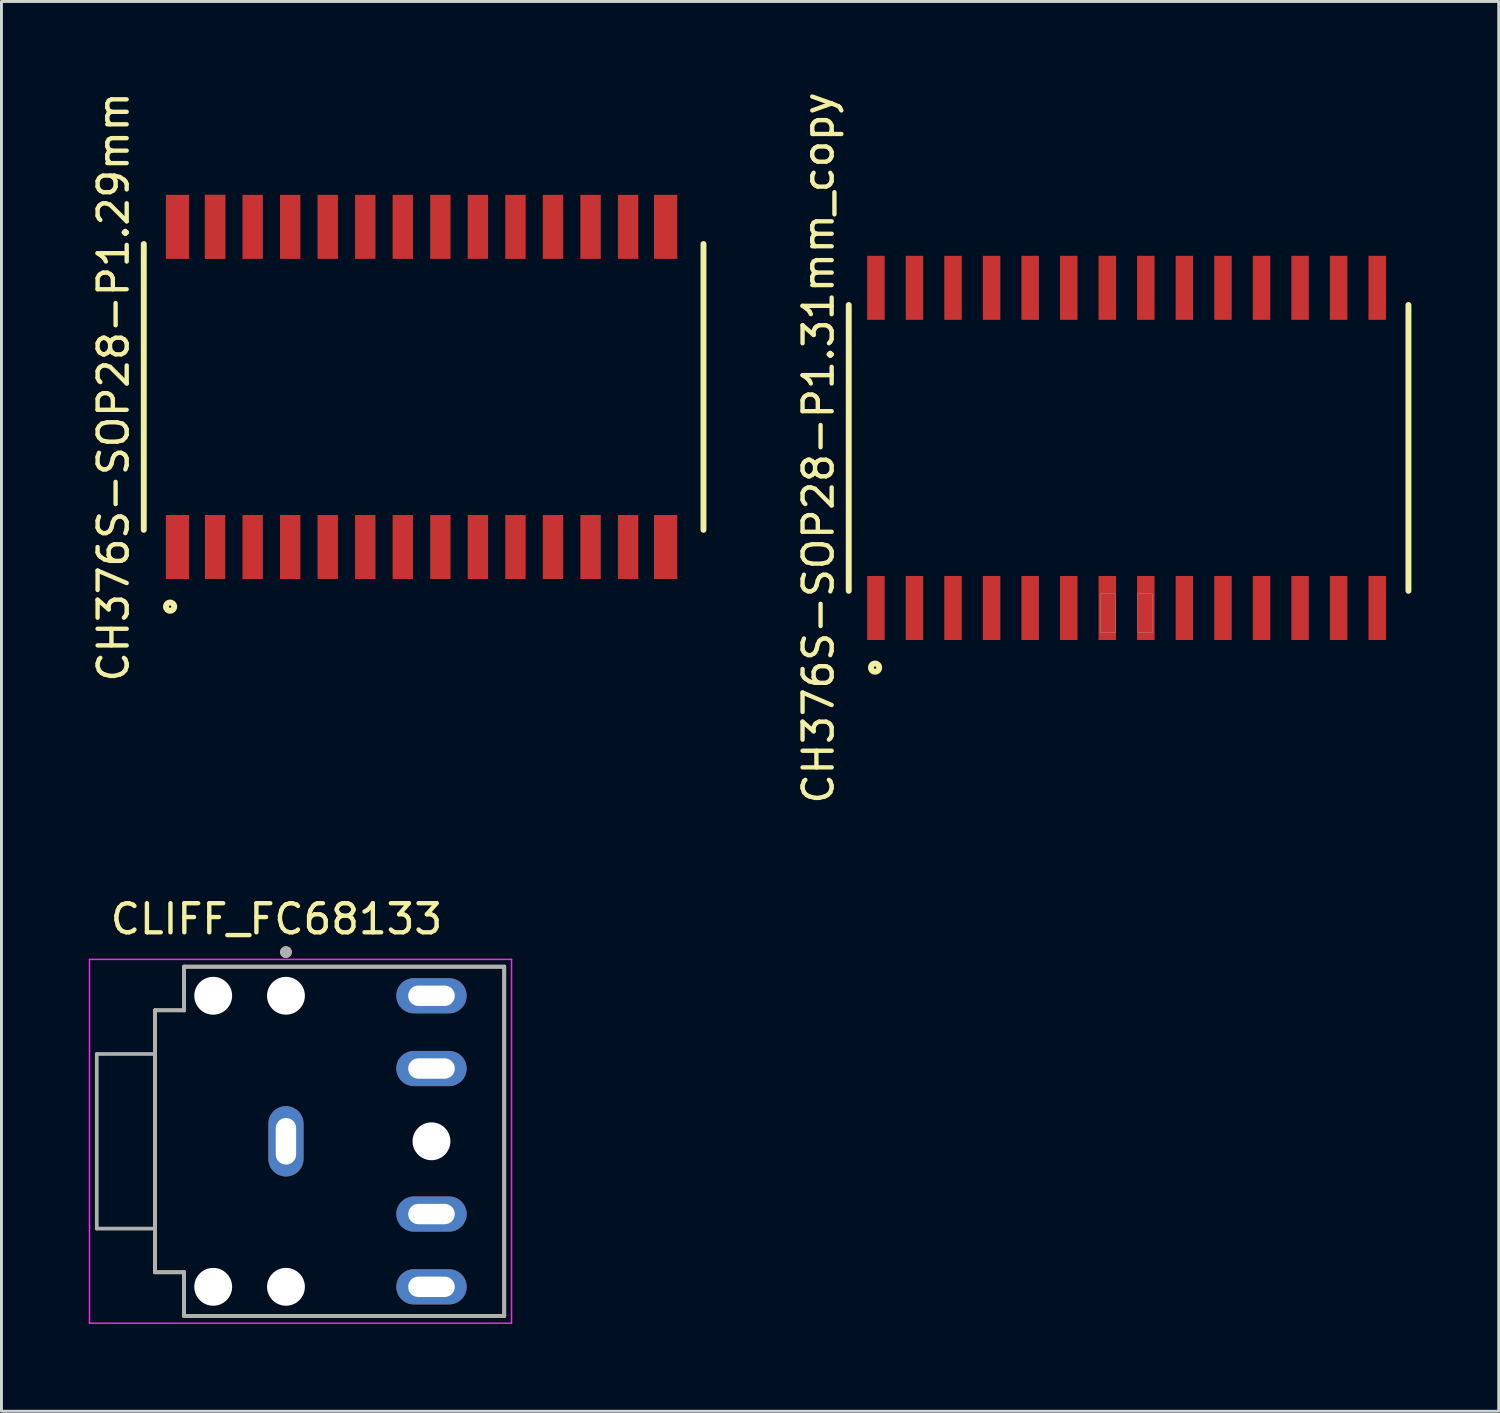
<source format=kicad_pcb>
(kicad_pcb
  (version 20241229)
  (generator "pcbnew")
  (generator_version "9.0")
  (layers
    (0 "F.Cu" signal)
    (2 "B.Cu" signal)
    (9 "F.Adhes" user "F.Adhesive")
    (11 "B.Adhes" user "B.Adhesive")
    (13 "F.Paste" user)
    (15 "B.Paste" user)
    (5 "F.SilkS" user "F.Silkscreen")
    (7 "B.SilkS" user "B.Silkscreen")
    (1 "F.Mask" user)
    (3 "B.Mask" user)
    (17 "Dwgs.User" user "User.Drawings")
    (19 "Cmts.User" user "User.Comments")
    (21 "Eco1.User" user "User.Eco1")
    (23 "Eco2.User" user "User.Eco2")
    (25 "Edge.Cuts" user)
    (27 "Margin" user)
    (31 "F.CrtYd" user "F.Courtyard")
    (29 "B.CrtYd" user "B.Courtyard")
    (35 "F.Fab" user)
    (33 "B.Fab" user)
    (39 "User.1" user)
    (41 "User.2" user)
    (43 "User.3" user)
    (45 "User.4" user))
  (footprint "CH376S-SOP28-P1.29mm"
    (layer "F.Cu")
    (at 11.435 10.244)
    (property "Reference" "CH376S-SOP28-P1.29mm" (at -10.587 0 270) (layer "F.SilkS") (effects (font (size 1 1) (thickness 0.15))))
    (attr smd)
    (fp_line (start -9.545 4.91) (end -9.545 -4.91) (stroke (width 0.203) (type solid)) (layer "F.SilkS"))
    (fp_line (start 9.685 -4.91) (end 9.685 4.91) (stroke (width 0.203) (type solid)) (layer "F.SilkS"))
    (fp_circle (center -8.641 7.549) (end -8.692 7.681) (stroke (width 0.203) (type solid)) (fill no) (layer "F.SilkS"))
    (pad "1" smd rect (at -8.385 5.5) (size 0.8 2.2) (layers "F.Cu" "F.Mask" "F.Paste"))
    (pad "2" smd rect (at -7.095 5.5) (size 0.7 2.2) (layers "F.Cu" "F.Mask" "F.Paste"))
    (pad "3" smd rect (at -5.805 5.5) (size 0.7 2.2) (layers "F.Cu" "F.Mask" "F.Paste"))
    (pad "4" smd rect (at -4.515 5.5) (size 0.7 2.2) (layers "F.Cu" "F.Mask" "F.Paste"))
    (pad "5" smd rect (at -3.225 5.5) (size 0.7 2.2) (layers "F.Cu" "F.Mask" "F.Paste"))
    (pad "6" smd rect (at -1.935 5.5) (size 0.7 2.2) (layers "F.Cu" "F.Mask" "F.Paste"))
    (pad "7" smd rect (at -0.645 5.5) (size 0.7 2.2) (layers "F.Cu" "F.Mask" "F.Paste"))
    (pad "8" smd rect (at 0.645 5.5) (size 0.7 2.2) (layers "F.Cu" "F.Mask" "F.Paste"))
    (pad "9" smd rect (at 1.935 5.5) (size 0.7 2.2) (layers "F.Cu" "F.Mask" "F.Paste"))
    (pad "10" smd rect (at 3.225 5.5) (size 0.7 2.2) (layers "F.Cu" "F.Mask" "F.Paste"))
    (pad "11" smd rect (at 4.515 5.5) (size 0.7 2.2) (layers "F.Cu" "F.Mask" "F.Paste"))
    (pad "12" smd rect (at 5.805 5.5) (size 0.7 2.2) (layers "F.Cu" "F.Mask" "F.Paste"))
    (pad "13" smd rect (at 7.095 5.5) (size 0.7 2.2) (layers "F.Cu" "F.Mask" "F.Paste"))
    (pad "14" smd rect (at 8.385 5.5) (size 0.8 2.2) (layers "F.Cu" "F.Mask" "F.Paste"))
    (pad "15" smd rect (at 8.385 -5.5) (size 0.8 2.2) (layers "F.Cu" "F.Mask" "F.Paste"))
    (pad "16" smd rect (at 7.095 -5.5) (size 0.7 2.2) (layers "F.Cu" "F.Mask" "F.Paste"))
    (pad "17" smd rect (at 5.805 -5.5) (size 0.7 2.2) (layers "F.Cu" "F.Mask" "F.Paste"))
    (pad "18" smd rect (at 4.515 -5.5) (size 0.7 2.2) (layers "F.Cu" "F.Mask" "F.Paste"))
    (pad "19" smd rect (at 3.225 -5.5) (size 0.7 2.2) (layers "F.Cu" "F.Mask" "F.Paste"))
    (pad "20" smd rect (at 1.935 -5.5) (size 0.7 2.2) (layers "F.Cu" "F.Mask" "F.Paste"))
    (pad "21" smd rect (at 0.645 -5.5) (size 0.7 2.2) (layers "F.Cu" "F.Mask" "F.Paste"))
    (pad "22" smd rect (at -0.645 -5.5) (size 0.7 2.2) (layers "F.Cu" "F.Mask" "F.Paste"))
    (pad "23" smd rect (at -1.935 -5.5) (size 0.7 2.2) (layers "F.Cu" "F.Mask" "F.Paste"))
    (pad "24" smd rect (at -3.225 -5.5) (size 0.7 2.2) (layers "F.Cu" "F.Mask" "F.Paste"))
    (pad "25" smd rect (at -4.515 -5.5) (size 0.7 2.2) (layers "F.Cu" "F.Mask" "F.Paste"))
    (pad "26" smd rect (at -5.805 -5.5) (size 0.7 2.2) (layers "F.Cu" "F.Mask" "F.Paste"))
    (pad "27" smd rect (at -7.095 -5.5) (size 0.7 2.2) (layers "F.Cu" "F.Mask" "F.Paste"))
    (pad "27" smd rect (at -7.095 -5.5) (size 0.7 2.2) (layers "F.Cu" "F.Mask" "F.Paste"))
    (pad "28" smd rect (at -8.385 -5.5) (size 0.8 2.2) (layers "F.Cu" "F.Mask" "F.Paste")))
  (footprint "CLIFF_FC68133"
    (layer "F.Cu")
    (at 6.775 36.162)
    (property "Reference" "CLIFF_FC68133" (at -0.325 -7.635 0) (layer "F.SilkS") (effects (font (size 1 1) (thickness 0.15))))
    (attr through_hole)
    (fp_line (start -4.5 -4.5) (end -4.5 4.5) (stroke (width 0.127) (type solid)) (layer "F.SilkS"))
    (fp_line (start -4.5 4.5) (end -3.5 4.5) (stroke (width 0.127) (type solid)) (layer "F.SilkS"))
    (fp_line (start -3.5 -6) (end -3.5 -4.5) (stroke (width 0.127) (type solid)) (layer "F.SilkS"))
    (fp_line (start -3.5 -4.5) (end -4.5 -4.5) (stroke (width 0.127) (type solid)) (layer "F.SilkS"))
    (fp_line (start -3.5 4.5) (end -3.5 6) (stroke (width 0.127) (type solid)) (layer "F.SilkS"))
    (fp_line (start -3.5 6) (end 7.5 6) (stroke (width 0.127) (type solid)) (layer "F.SilkS"))
    (fp_line (start 7.5 -6) (end -3.5 -6) (stroke (width 0.127) (type solid)) (layer "F.SilkS"))
    (fp_line (start 7.5 -6) (end 7.5 6) (stroke (width 0.127) (type solid)) (layer "F.SilkS"))
    (fp_circle (center 0 -6.5) (end 0.1 -6.5) (stroke (width 0.2) (type solid)) (fill no) (layer "F.SilkS"))
    (fp_line (start -6.75 -6.25) (end 7.75 -6.25) (stroke (width 0.05) (type solid)) (layer "F.CrtYd"))
    (fp_line (start -6.75 6.25) (end -6.75 -6.25) (stroke (width 0.05) (type solid)) (layer "F.CrtYd"))
    (fp_line (start 7.75 -6.25) (end 7.75 6.25) (stroke (width 0.05) (type solid)) (layer "F.CrtYd"))
    (fp_line (start 7.75 6.25) (end -6.75 6.25) (stroke (width 0.05) (type solid)) (layer "F.CrtYd"))
    (fp_line (start -6.5 -3) (end -4.5 -3) (stroke (width 0.127) (type solid)) (layer "F.Fab"))
    (fp_line (start -6.5 3) (end -6.5 -3) (stroke (width 0.127) (type solid)) (layer "F.Fab"))
    (fp_line (start -4.5 -4.5) (end -3.5 -4.5) (stroke (width 0.127) (type solid)) (layer "F.Fab"))
    (fp_line (start -4.5 -3) (end -4.5 -4.5) (stroke (width 0.127) (type solid)) (layer "F.Fab"))
    (fp_line (start -4.5 3) (end -6.5 3) (stroke (width 0.127) (type solid)) (layer "F.Fab"))
    (fp_line (start -4.5 3) (end -4.5 -3) (stroke (width 0.127) (type solid)) (layer "F.Fab"))
    (fp_line (start -4.5 4.5) (end -4.5 3) (stroke (width 0.127) (type solid)) (layer "F.Fab"))
    (fp_line (start -3.5 -6) (end 7.5 -6) (stroke (width 0.127) (type solid)) (layer "F.Fab"))
    (fp_line (start -3.5 -4.5) (end -3.5 -6) (stroke (width 0.127) (type solid)) (layer "F.Fab"))
    (fp_line (start -3.5 4.5) (end -4.5 4.5) (stroke (width 0.127) (type solid)) (layer "F.Fab"))
    (fp_line (start -3.5 6) (end -3.5 4.5) (stroke (width 0.127) (type solid)) (layer "F.Fab"))
    (fp_line (start 7.5 -6) (end 7.5 6) (stroke (width 0.127) (type solid)) (layer "F.Fab"))
    (fp_line (start 7.5 6) (end -3.5 6) (stroke (width 0.127) (type solid)) (layer "F.Fab"))
    (fp_circle (center 0 -6.5) (end 0.1 -6.5) (stroke (width 0.2) (type solid)) (fill no) (layer "F.Fab"))
    (pad "" np_thru_hole circle (at -2.5 -5) (size 1.3 1.3) (drill 1.3) (layers "*.Cu" "*.Mask"))
    (pad "" np_thru_hole circle (at -2.5 5) (size 1.3 1.3) (drill 1.3) (layers "*.Cu" "*.Mask"))
    (pad "" np_thru_hole circle (at 0 -5) (size 1.3 1.3) (drill 1.3) (layers "*.Cu" "*.Mask"))
    (pad "" np_thru_hole circle (at 0 5) (size 1.3 1.3) (drill 1.3) (layers "*.Cu" "*.Mask"))
    (pad "" np_thru_hole circle (at 5 0) (size 1.3 1.3) (drill 1.3) (layers "*.Cu" "*.Mask"))
    (pad "1" thru_hole oval (at 0 0) (size 1.208 2.416) (drill oval 0.7 1.6) (layers "*.Cu" "*.Mask"))
    (pad "2" thru_hole oval (at 5 -5) (size 2.416 1.208) (drill oval 1.6 0.7) (layers "*.Cu" "*.Mask"))
    (pad "3" thru_hole oval (at 5 -2.5) (size 2.416 1.208) (drill oval 1.6 0.7) (layers "*.Cu" "*.Mask"))
    (pad "4" thru_hole oval (at 5 2.5) (size 2.416 1.208) (drill oval 1.6 0.7) (layers "*.Cu" "*.Mask"))
    (pad "5" thru_hole oval (at 5 5) (size 2.416 1.208) (drill oval 1.6 0.7) (layers "*.Cu" "*.Mask")))
  (footprint "CH376S-SOP28-P1.31mm_copy"
    (layer "F.Cu")
    (at 35.656 12.339)
    (property "Reference" "CH376S-SOP28-P1.31mm_copy" (at -10.587 0 270) (layer "F.SilkS") (effects (font (size 1 1) (thickness 0.15))))
    (attr smd)
    (fp_line (start -9.545 4.91) (end -9.545 -4.91) (stroke (width 0.203) (type solid)) (layer "F.SilkS"))
    (fp_line (start 9.685 -4.91) (end 9.685 4.91) (stroke (width 0.203) (type solid)) (layer "F.SilkS"))
    (fp_circle (center -8.641 7.549) (end -8.692 7.681) (stroke (width 0.203) (type solid)) (fill no) (layer "F.SilkS"))
    (fp_poly (pts (xy -0.885 5.01) (xy -0.385 5.01) (xy -0.385 6.34) (xy -0.885 6.34)) (stroke (width 0.01) (type solid)) (fill no) (layer "F.Fab"))
    (fp_poly (pts (xy 0.385 5.01) (xy 0.885 5.01) (xy 0.885 6.34) (xy 0.385 6.34)) (stroke (width 0.01) (type solid)) (fill no) (layer "F.Fab"))
    (pad "1" smd rect (at -8.612 5.5) (size 0.6 2.2) (layers "F.Cu" "F.Mask" "F.Paste"))
    (pad "2" smd rect (at -7.287 5.5) (size 0.6 2.2) (layers "F.Cu" "F.Mask" "F.Paste"))
    (pad "3" smd rect (at -5.962 5.5) (size 0.6 2.2) (layers "F.Cu" "F.Mask" "F.Paste"))
    (pad "4" smd rect (at -4.637 5.5) (size 0.6 2.2) (layers "F.Cu" "F.Mask" "F.Paste"))
    (pad "5" smd rect (at -3.312 5.5) (size 0.6 2.2) (layers "F.Cu" "F.Mask" "F.Paste"))
    (pad "6" smd rect (at -1.987 5.5) (size 0.6 2.2) (layers "F.Cu" "F.Mask" "F.Paste"))
    (pad "7" smd rect (at -0.662 5.5) (size 0.6 2.2) (layers "F.Cu" "F.Mask" "F.Paste"))
    (pad "8" smd rect (at 0.662 5.5) (size 0.6 2.2) (layers "F.Cu" "F.Mask" "F.Paste"))
    (pad "9" smd rect (at 1.987 5.5) (size 0.6 2.2) (layers "F.Cu" "F.Mask" "F.Paste"))
    (pad "10" smd rect (at 3.312 5.5) (size 0.6 2.2) (layers "F.Cu" "F.Mask" "F.Paste"))
    (pad "11" smd rect (at 4.637 5.5) (size 0.6 2.2) (layers "F.Cu" "F.Mask" "F.Paste"))
    (pad "12" smd rect (at 5.962 5.5) (size 0.6 2.2) (layers "F.Cu" "F.Mask" "F.Paste"))
    (pad "13" smd rect (at 7.287 5.5) (size 0.6 2.2) (layers "F.Cu" "F.Mask" "F.Paste"))
    (pad "14" smd rect (at 8.612 5.5) (size 0.6 2.2) (layers "F.Cu" "F.Mask" "F.Paste"))
    (pad "15" smd rect (at 8.612 -5.5) (size 0.6 2.2) (layers "F.Cu" "F.Mask" "F.Paste"))
    (pad "16" smd rect (at 7.287 -5.5) (size 0.6 2.2) (layers "F.Cu" "F.Mask" "F.Paste"))
    (pad "17" smd rect (at 5.962 -5.5) (size 0.6 2.2) (layers "F.Cu" "F.Mask" "F.Paste"))
    (pad "18" smd rect (at 4.637 -5.5) (size 0.6 2.2) (layers "F.Cu" "F.Mask" "F.Paste"))
    (pad "19" smd rect (at 3.312 -5.5) (size 0.6 2.2) (layers "F.Cu" "F.Mask" "F.Paste"))
    (pad "20" smd rect (at 1.987 -5.5) (size 0.6 2.2) (layers "F.Cu" "F.Mask" "F.Paste"))
    (pad "21" smd rect (at 0.662 -5.5) (size 0.6 2.2) (layers "F.Cu" "F.Mask" "F.Paste"))
    (pad "22" smd rect (at -0.662 -5.5) (size 0.6 2.2) (layers "F.Cu" "F.Mask" "F.Paste"))
    (pad "23" smd rect (at -1.987 -5.5) (size 0.6 2.2) (layers "F.Cu" "F.Mask" "F.Paste"))
    (pad "24" smd rect (at -3.312 -5.5) (size 0.6 2.2) (layers "F.Cu" "F.Mask" "F.Paste"))
    (pad "25" smd rect (at -4.637 -5.5) (size 0.6 2.2) (layers "F.Cu" "F.Mask" "F.Paste"))
    (pad "26" smd rect (at -5.962 -5.5) (size 0.6 2.2) (layers "F.Cu" "F.Mask" "F.Paste"))
    (pad "27" smd rect (at -7.287 -5.5) (size 0.6 2.2) (layers "F.Cu" "F.Mask" "F.Paste"))
    (pad "28" smd rect (at -8.612 -5.5) (size 0.6 2.2) (layers "F.Cu" "F.Mask" "F.Paste")))
  (gr_rect
    (start -3 -3)
    (end 48.443 45.437)
    (stroke (width 0.1) (type default))
    (fill no)
    (layer "Edge.Cuts")))
</source>
